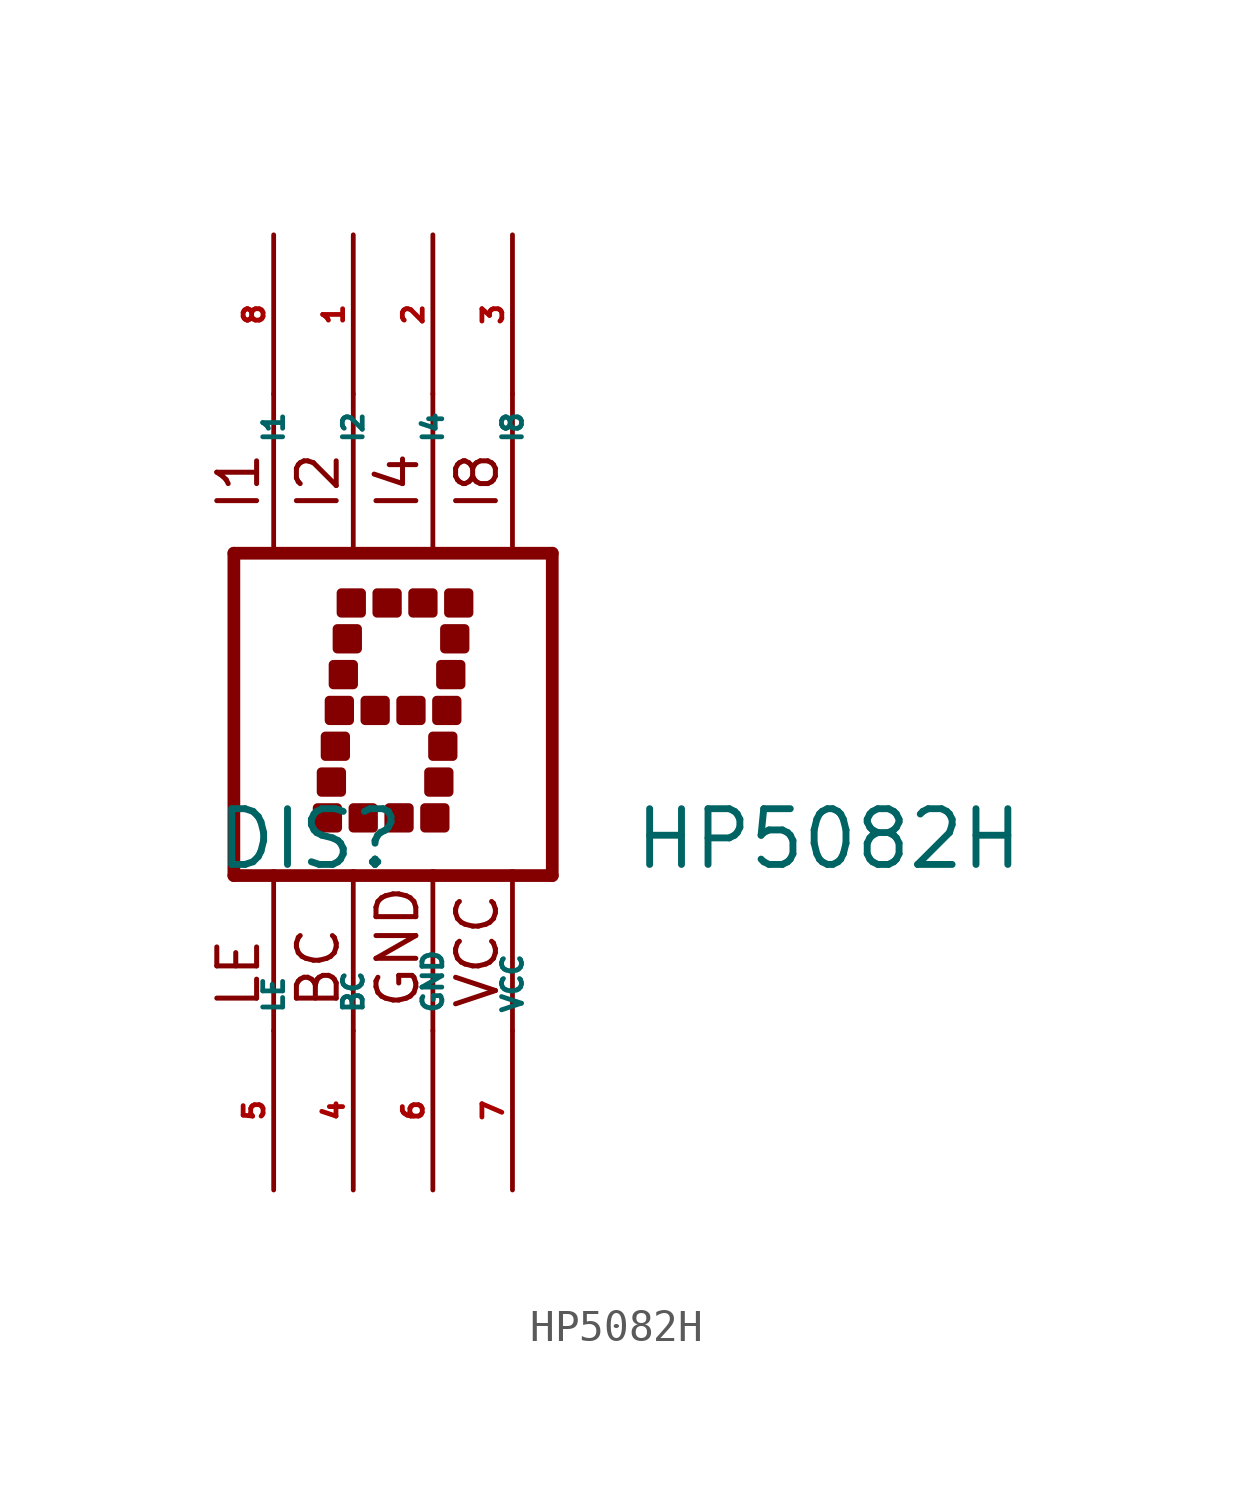
<source format=kicad_sym>
(kicad_symbol_lib
  (version 20220914)
  (generator Eagle2Kicad)
  (symbol "HP5082H"
    (property "Reference" "DIS"
      (at -6.985 -5.08 0)
      (effects (font (size 1.778 1.778) (thickness 0.22)) (justify left bottom)))
    (property "Value" "HP5082H"
      (at 6.35 -5.08 0)
      (effects (font (size 1.778 1.778) (thickness 0.22)) (justify left bottom)))
    (polyline
      (pts (xy -6.35 -5.207) (xy -5.08 -5.207))
      (stroke (width 0.406) (type default))
      (fill (type none)))
    (polyline
      (pts (xy -6.35 5.08) (xy 3.81 5.08))
      (stroke (width 0.406) (type default))
      (fill (type none)))
    (polyline
      (pts (xy -6.35 -5.207) (xy -6.35 5.08))
      (stroke (width 0.406) (type default))
      (fill (type none)))
    (polyline
      (pts (xy 3.81 5.08) (xy 3.81 -5.207))
      (stroke (width 0.406) (type default))
      (fill (type none)))
    (polyline
      (pts (xy -5.08 -10.16) (xy -5.08 -5.207))
      (stroke (width 0.152) (type default))
      (fill (type none)))
    (polyline
      (pts (xy -5.08 5.207) (xy -5.08 10.16))
      (stroke (width 0.152) (type default))
      (fill (type none)))
    (polyline
      (pts (xy -5.08 -5.207) (xy -2.54 -5.207))
      (stroke (width 0.406) (type default))
      (fill (type none)))
    (polyline
      (pts (xy -2.54 -10.16) (xy -2.54 -5.207))
      (stroke (width 0.152) (type default))
      (fill (type none)))
    (polyline
      (pts (xy -2.54 -5.207) (xy 0 -5.207))
      (stroke (width 0.406) (type default))
      (fill (type none)))
    (polyline
      (pts (xy 0 -10.16) (xy 0 -5.207))
      (stroke (width 0.152) (type default))
      (fill (type none)))
    (polyline
      (pts (xy 0 -5.207) (xy 2.54 -5.207))
      (stroke (width 0.406) (type default))
      (fill (type none)))
    (polyline
      (pts (xy 2.54 -10.16) (xy 2.54 -5.207))
      (stroke (width 0.152) (type default))
      (fill (type none)))
    (polyline
      (pts (xy 2.54 -5.207) (xy 3.81 -5.207))
      (stroke (width 0.406) (type default))
      (fill (type none)))
    (polyline
      (pts (xy -2.54 5.207) (xy -2.54 10.16))
      (stroke (width 0.152) (type default))
      (fill (type none)))
    (polyline
      (pts (xy 0 5.207) (xy 0 10.16))
      (stroke (width 0.152) (type default))
      (fill (type none)))
    (polyline
      (pts (xy 2.54 5.207) (xy 2.54 10.16))
      (stroke (width 0.152) (type default))
      (fill (type none)))
    (text "LE"
      (at -5.461 -9.525 900)
      (effects (font (size 1.27 1.27) (thickness 0.16)) (justify left bottom)))
    (text "I1"
      (at -5.461 6.35 900)
      (effects (font (size 1.27 1.27) (thickness 0.16)) (justify left bottom)))
    (text "I2"
      (at -2.921 6.35 900)
      (effects (font (size 1.27 1.27) (thickness 0.16)) (justify left bottom)))
    (text "I4"
      (at -0.381 6.35 900)
      (effects (font (size 1.27 1.27) (thickness 0.16)) (justify left bottom)))
    (text "I8"
      (at 2.159 6.35 900)
      (effects (font (size 1.27 1.27) (thickness 0.16)) (justify left bottom)))
    (text "GND"
      (at -0.381 -9.525 900)
      (effects (font (size 1.27 1.27) (thickness 0.16)) (justify left bottom)))
    (text "VCC"
      (at 2.159 -9.525 900)
      (effects (font (size 1.27 1.27) (thickness 0.16)) (justify left bottom)))
    (text "BC"
      (at -2.921 -9.525 900)
      (effects (font (size 1.27 1.27) (thickness 0.16)) (justify left bottom)))
    (rectangle
      (start -2.921 3.175)
      (end -2.286 3.81)
      (stroke (width 0.3) (type default))
      (fill (type outline)))
    (rectangle
      (start -1.778 3.175)
      (end -1.143 3.81)
      (stroke (width 0.3) (type default))
      (fill (type outline)))
    (rectangle
      (start -0.635 3.175)
      (end 0 3.81)
      (stroke (width 0.3) (type default))
      (fill (type outline)))
    (rectangle
      (start 0.508 3.175)
      (end 1.143 3.81)
      (stroke (width 0.3) (type default))
      (fill (type outline)))
    (rectangle
      (start -3.048 2.032)
      (end -2.413 2.667)
      (stroke (width 0.3) (type default))
      (fill (type outline)))
    (rectangle
      (start -3.175 0.889)
      (end -2.54 1.524)
      (stroke (width 0.3) (type default))
      (fill (type outline)))
    (rectangle
      (start -3.302 -0.254)
      (end -2.667 0.381)
      (stroke (width 0.3) (type default))
      (fill (type outline)))
    (rectangle
      (start -3.429 -1.397)
      (end -2.794 -0.762)
      (stroke (width 0.3) (type default))
      (fill (type outline)))
    (rectangle
      (start -3.556 -2.54)
      (end -2.921 -1.905)
      (stroke (width 0.3) (type default))
      (fill (type outline)))
    (rectangle
      (start -2.159 -0.254)
      (end -1.524 0.381)
      (stroke (width 0.3) (type default))
      (fill (type outline)))
    (rectangle
      (start -3.683 -3.683)
      (end -3.048 -3.048)
      (stroke (width 0.3) (type default))
      (fill (type outline)))
    (rectangle
      (start -1.016 -0.254)
      (end -0.381 0.381)
      (stroke (width 0.3) (type default))
      (fill (type outline)))
    (rectangle
      (start 0.127 -0.254)
      (end 0.762 0.381)
      (stroke (width 0.3) (type default))
      (fill (type outline)))
    (rectangle
      (start 0.381 2.032)
      (end 1.016 2.667)
      (stroke (width 0.3) (type default))
      (fill (type outline)))
    (rectangle
      (start 0.254 0.889)
      (end 0.889 1.524)
      (stroke (width 0.3) (type default))
      (fill (type outline)))
    (rectangle
      (start 0 -1.397)
      (end 0.635 -0.762)
      (stroke (width 0.3) (type default))
      (fill (type outline)))
    (rectangle
      (start -0.127 -2.54)
      (end 0.508 -1.905)
      (stroke (width 0.3) (type default))
      (fill (type outline)))
    (rectangle
      (start -0.254 -3.683)
      (end 0.381 -3.048)
      (stroke (width 0.3) (type default))
      (fill (type outline)))
    (rectangle
      (start -2.54 -3.683)
      (end -1.905 -3.048)
      (stroke (width 0.3) (type default))
      (fill (type outline)))
    (rectangle
      (start -1.397 -3.683)
      (end -0.762 -3.048)
      (stroke (width 0.3) (type default))
      (fill (type outline)))
    (pin input line
      (at -5.08 15.24 270)
      (length 5.08)
      (name "I1" (effects (font (size 0.635 0.635) (thickness 0.08)) (justify left bottom)))
      (number "8" (effects (font (size 0.635 0.635) (thickness 0.08)) (justify left bottom))))
    (pin input line
      (at -2.54 15.24 270)
      (length 5.08)
      (name "I2" (effects (font (size 0.635 0.635) (thickness 0.08)) (justify left bottom)))
      (number "1" (effects (font (size 0.635 0.635) (thickness 0.08)) (justify left bottom))))
    (pin input line
      (at 0 15.24 270)
      (length 5.08)
      (name "I4" (effects (font (size 0.635 0.635) (thickness 0.08)) (justify left bottom)))
      (number "2" (effects (font (size 0.635 0.635) (thickness 0.08)) (justify left bottom))))
    (pin input line
      (at 2.54 15.24 270)
      (length 5.08)
      (name "I8" (effects (font (size 0.635 0.635) (thickness 0.08)) (justify left bottom)))
      (number "3" (effects (font (size 0.635 0.635) (thickness 0.08)) (justify left bottom))))
    (pin input line
      (at -5.08 -15.24 90)
      (length 5.08)
      (name "LE" (effects (font (size 0.635 0.635) (thickness 0.08)) (justify left bottom)))
      (number "5" (effects (font (size 0.635 0.635) (thickness 0.08)) (justify left bottom))))
    (pin input line
      (at -2.54 -15.24 90)
      (length 5.08)
      (name "BC" (effects (font (size 0.635 0.635) (thickness 0.08)) (justify left bottom)))
      (number "4" (effects (font (size 0.635 0.635) (thickness 0.08)) (justify left bottom))))
    (pin unspecified line
      (at 0 -15.24 90)
      (length 5.08)
      (name "GND" (effects (font (size 0.635 0.635) (thickness 0.08)) (justify left bottom)))
      (number "6" (effects (font (size 0.635 0.635) (thickness 0.08)) (justify left bottom))))
    (pin unspecified line
      (at 2.54 -15.24 90)
      (length 5.08)
      (name "VCC" (effects (font (size 0.635 0.635) (thickness 0.08)) (justify left bottom)))
      (number "7" (effects (font (size 0.635 0.635) (thickness 0.08)) (justify left bottom))))))
</source>
